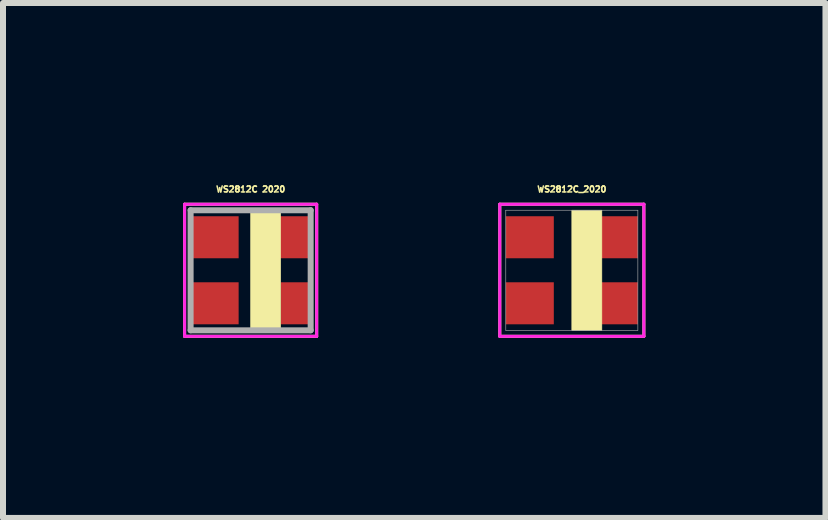
<source format=kicad_pcb>
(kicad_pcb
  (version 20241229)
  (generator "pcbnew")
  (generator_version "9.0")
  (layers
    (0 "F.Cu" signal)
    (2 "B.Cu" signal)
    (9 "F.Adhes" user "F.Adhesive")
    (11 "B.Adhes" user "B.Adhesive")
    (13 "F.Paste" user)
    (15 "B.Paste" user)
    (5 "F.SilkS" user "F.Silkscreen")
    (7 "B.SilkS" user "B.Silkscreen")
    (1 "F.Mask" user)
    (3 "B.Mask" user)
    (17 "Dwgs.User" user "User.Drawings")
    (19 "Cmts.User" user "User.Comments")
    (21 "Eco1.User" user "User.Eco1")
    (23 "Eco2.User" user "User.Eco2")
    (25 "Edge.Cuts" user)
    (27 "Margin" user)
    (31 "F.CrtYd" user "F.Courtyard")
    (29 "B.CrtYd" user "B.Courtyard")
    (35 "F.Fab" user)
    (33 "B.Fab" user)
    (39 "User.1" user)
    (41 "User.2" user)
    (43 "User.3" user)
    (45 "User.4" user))
  (footprint "WS2812C 2020"
    (layer "F.Cu")
    (at 1.125 1.452)
    (property "Reference" "WS2812C 2020" (at 0 -1.35 0) (layer "F.SilkS") (effects (font (size 0.1 0.1) (thickness 0.025))))
    (attr through_hole)
    (fp_line (start -1.1 -1.1) (end -1.1 1.1) (stroke (width 0.05) (type solid)) (layer "F.SilkS"))
    (fp_line (start -1.1 1.1) (end 1.1 1.1) (stroke (width 0.05) (type solid)) (layer "F.SilkS"))
    (fp_line (start 1.1 -1.1) (end -1.1 -1.1) (stroke (width 0.05) (type solid)) (layer "F.SilkS"))
    (fp_line (start 1.1 1.1) (end 1.1 -1.1) (stroke (width 0.05) (type solid)) (layer "F.SilkS"))
    (fp_poly (pts (xy 0.5 1) (xy 0 1) (xy 0 -1) (xy 0.5 -1)) (stroke (width 0.01) (type solid)) (fill yes) (layer "F.SilkS"))
    (fp_line (start -1.1 -1.1) (end -1.1 1.1) (stroke (width 0.05) (type solid)) (layer "F.CrtYd"))
    (fp_line (start -1.1 1.1) (end 1.1 1.1) (stroke (width 0.05) (type solid)) (layer "F.CrtYd"))
    (fp_line (start 1.1 -1.1) (end -1.1 -1.1) (stroke (width 0.05) (type solid)) (layer "F.CrtYd"))
    (fp_line (start 1.1 1.1) (end 1.1 -1.1) (stroke (width 0.05) (type solid)) (layer "F.CrtYd"))
    (fp_line (start -1 -1) (end 1 -1) (stroke (width 0.1) (type solid)) (layer "F.Fab"))
    (fp_line (start -1 1) (end -1 -1) (stroke (width 0.1) (type solid)) (layer "F.Fab"))
    (fp_line (start 1 -1) (end 1 1) (stroke (width 0.1) (type solid)) (layer "F.Fab"))
    (fp_line (start 1 1) (end -1 1) (stroke (width 0.1) (type solid)) (layer "F.Fab"))
    (pad "1" smd rect (at 0.75 0.55 180) (size 0.5 0.7) (layers "F.Cu" "F.Mask" "F.Paste"))
    (pad "2" smd rect (at 0.6 -0.55 180) (size 0.8 0.7) (layers "F.Cu" "F.Mask" "F.Paste"))
    (pad "3" smd rect (at -0.6 -0.55) (size 0.8 0.7) (layers "F.Cu" "F.Mask" "F.Paste"))
    (pad "4" smd rect (at -0.6 0.55) (size 0.8 0.7) (layers "F.Cu" "F.Mask" "F.Paste")))
  (footprint "WS2812C_2020"
    (layer "F.Cu")
    (at 6.475 1.452)
    (property "Reference" "WS2812C_2020" (at 0 -1.35 0) (layer "F.SilkS") (effects (font (size 0.1 0.1) (thickness 0.025))))
    (attr smd)
    (fp_line (start -1.2 -1.1) (end -1.2 1.1) (stroke (width 0.05) (type solid)) (layer "F.SilkS"))
    (fp_line (start -1.2 1.1) (end 1.2 1.1) (stroke (width 0.05) (type solid)) (layer "F.SilkS"))
    (fp_line (start 1.2 -1.1) (end -1.2 -1.1) (stroke (width 0.05) (type solid)) (layer "F.SilkS"))
    (fp_line (start 1.2 1.1) (end 1.2 -1.1) (stroke (width 0.05) (type solid)) (layer "F.SilkS"))
    (fp_poly (pts (xy 0.5 1) (xy 0 1) (xy 0 -1) (xy 0.5 -1)) (stroke (width 0.01) (type solid)) (fill yes) (layer "F.SilkS"))
    (fp_line (start -1.2 -1.1) (end -1.2 1.1) (stroke (width 0.05) (type solid)) (layer "F.CrtYd"))
    (fp_line (start -1.2 1.1) (end 1.2 1.1) (stroke (width 0.05) (type solid)) (layer "F.CrtYd"))
    (fp_line (start 1.2 -1.1) (end -1.2 -1.1) (stroke (width 0.05) (type solid)) (layer "F.CrtYd"))
    (fp_line (start 1.2 1.1) (end 1.2 -1.1) (stroke (width 0.05) (type solid)) (layer "F.CrtYd"))
    (fp_line (start -1.1 -1) (end 1.1 -1) (stroke (width 0.01) (type solid)) (layer "F.Fab"))
    (fp_line (start -1.1 1) (end -1.1 -1) (stroke (width 0.01) (type solid)) (layer "F.Fab"))
    (fp_line (start 1.1 -1) (end 1.1 1) (stroke (width 0.01) (type solid)) (layer "F.Fab"))
    (fp_line (start 1.1 1) (end -1.1 1) (stroke (width 0.01) (type solid)) (layer "F.Fab"))
    (pad "1" smd rect (at 0.7 0.55 180) (size 0.8 0.7) (layers "F.Cu" "F.Mask" "F.Paste"))
    (pad "2" smd rect (at 0.7 -0.55 180) (size 0.8 0.7) (layers "F.Cu" "F.Mask" "F.Paste"))
    (pad "3" smd rect (at -0.7 -0.55) (size 0.8 0.7) (layers "F.Cu" "F.Mask" "F.Paste"))
    (pad "4" smd rect (at -0.7 0.55) (size 0.8 0.7) (layers "F.Cu" "F.Mask" "F.Paste")))
  (gr_rect
    (start -3 -3)
    (end 10.7 5.577)
    (stroke (width 0.1) (type default))
    (fill no)
    (layer "Edge.Cuts")))
</source>
